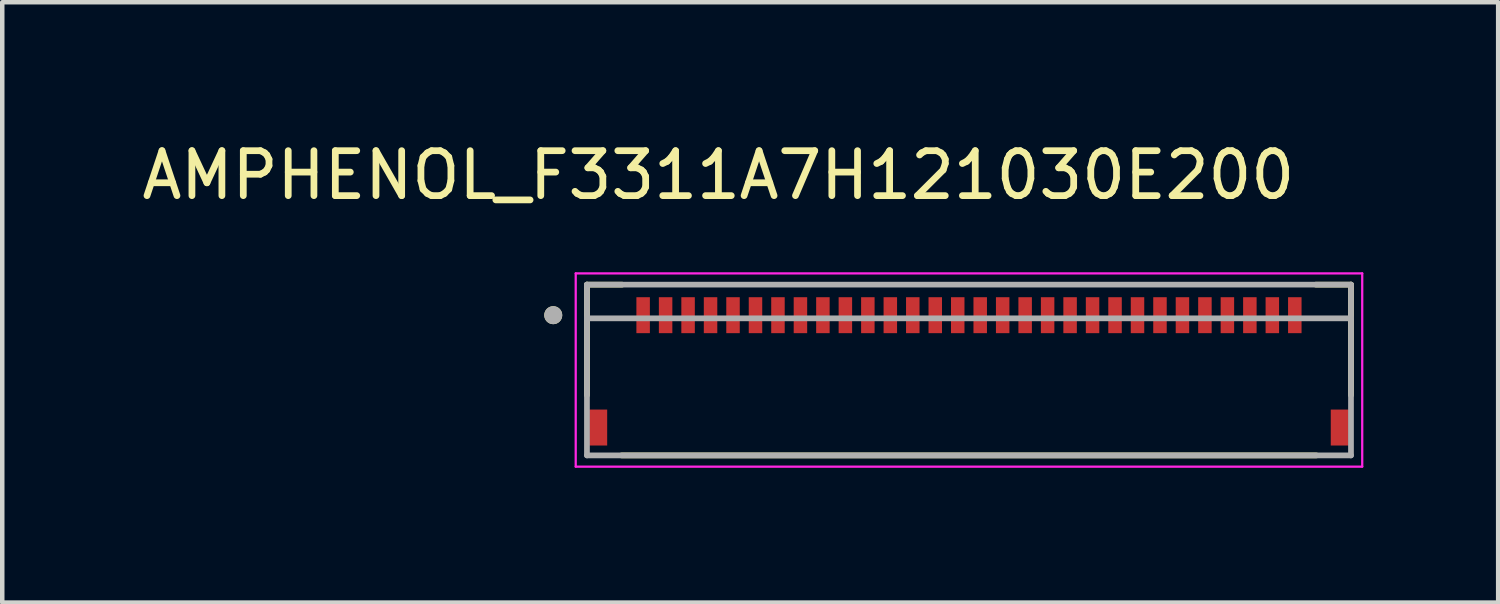
<source format=kicad_pcb>
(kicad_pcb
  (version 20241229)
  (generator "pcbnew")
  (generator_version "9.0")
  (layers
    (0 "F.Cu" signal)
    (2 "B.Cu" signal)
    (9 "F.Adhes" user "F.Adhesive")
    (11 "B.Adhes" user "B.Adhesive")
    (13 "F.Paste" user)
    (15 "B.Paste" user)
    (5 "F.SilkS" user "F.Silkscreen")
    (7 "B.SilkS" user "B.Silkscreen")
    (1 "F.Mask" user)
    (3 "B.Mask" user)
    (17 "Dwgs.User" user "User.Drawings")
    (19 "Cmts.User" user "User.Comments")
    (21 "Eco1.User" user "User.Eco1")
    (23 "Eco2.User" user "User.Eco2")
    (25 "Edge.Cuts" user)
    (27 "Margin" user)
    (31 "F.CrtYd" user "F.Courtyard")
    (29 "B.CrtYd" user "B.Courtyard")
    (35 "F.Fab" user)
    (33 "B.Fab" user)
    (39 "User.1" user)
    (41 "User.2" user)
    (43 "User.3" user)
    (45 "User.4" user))
  (footprint "AMPHENOL_F3311A7H121030E200"
    (layer "F.Cu")
    (at 18.51 5.183)
    (property "Reference" "AMPHENOL_F3311A7H121030E200" (at -5.575 -4.335 0) (layer "F.SilkS") (effects (font (size 1 1) (thickness 0.15))))
    (attr smd)
    (fp_line (start -8.5 -1.9) (end -8.5 0.56) (stroke (width 0.127) (type solid)) (layer "F.SilkS"))
    (fp_line (start -8.5 -1.9) (end -7.72 -1.9) (stroke (width 0.127) (type solid)) (layer "F.SilkS"))
    (fp_line (start -7.73 1.9) (end 7.73 1.9) (stroke (width 0.127) (type solid)) (layer "F.SilkS"))
    (fp_line (start 7.72 -1.9) (end 8.5 -1.9) (stroke (width 0.127) (type solid)) (layer "F.SilkS"))
    (fp_line (start 8.5 0.56) (end 8.5 -1.9) (stroke (width 0.127) (type solid)) (layer "F.SilkS"))
    (fp_circle (center -9.25 -1.22) (end -9.15 -1.22) (stroke (width 0.2) (type solid)) (fill no) (layer "F.SilkS"))
    (fp_line (start -8.75 -2.15) (end -8.75 2.15) (stroke (width 0.05) (type solid)) (layer "F.CrtYd"))
    (fp_line (start -8.75 2.15) (end 8.75 2.15) (stroke (width 0.05) (type solid)) (layer "F.CrtYd"))
    (fp_line (start 8.75 -2.15) (end -8.75 -2.15) (stroke (width 0.05) (type solid)) (layer "F.CrtYd"))
    (fp_line (start 8.75 2.15) (end 8.75 -2.15) (stroke (width 0.05) (type solid)) (layer "F.CrtYd"))
    (fp_line (start -8.5 -1.9) (end 8.5 -1.9) (stroke (width 0.127) (type solid)) (layer "F.Fab"))
    (fp_line (start -8.5 -1.15) (end -8.5 -1.9) (stroke (width 0.127) (type solid)) (layer "F.Fab"))
    (fp_line (start -8.5 -1.15) (end -8.5 1.9) (stroke (width 0.127) (type solid)) (layer "F.Fab"))
    (fp_line (start -8.5 1.9) (end 8.5 1.9) (stroke (width 0.127) (type solid)) (layer "F.Fab"))
    (fp_line (start 8.5 -1.9) (end 8.5 -1.15) (stroke (width 0.127) (type solid)) (layer "F.Fab"))
    (fp_line (start 8.5 -1.15) (end -8.5 -1.15) (stroke (width 0.127) (type solid)) (layer "F.Fab"))
    (fp_line (start 8.5 1.9) (end 8.5 -1.15) (stroke (width 0.127) (type solid)) (layer "F.Fab"))
    (fp_circle (center -9.25 -1.22) (end -9.15 -1.22) (stroke (width 0.2) (type solid)) (fill no) (layer "F.Fab"))
    (pad "1" smd rect (at -7.25 -1.22) (size 0.3 0.8) (layers "F.Cu" "F.Mask" "F.Paste"))
    (pad "2" smd rect (at -6.75 -1.22) (size 0.3 0.8) (layers "F.Cu" "F.Mask" "F.Paste"))
    (pad "3" smd rect (at -6.25 -1.22) (size 0.3 0.8) (layers "F.Cu" "F.Mask" "F.Paste"))
    (pad "4" smd rect (at -5.75 -1.22) (size 0.3 0.8) (layers "F.Cu" "F.Mask" "F.Paste"))
    (pad "5" smd rect (at -5.25 -1.22) (size 0.3 0.8) (layers "F.Cu" "F.Mask" "F.Paste"))
    (pad "6" smd rect (at -4.75 -1.22) (size 0.3 0.8) (layers "F.Cu" "F.Mask" "F.Paste"))
    (pad "7" smd rect (at -4.25 -1.22) (size 0.3 0.8) (layers "F.Cu" "F.Mask" "F.Paste"))
    (pad "8" smd rect (at -3.75 -1.22) (size 0.3 0.8) (layers "F.Cu" "F.Mask" "F.Paste"))
    (pad "9" smd rect (at -3.25 -1.22) (size 0.3 0.8) (layers "F.Cu" "F.Mask" "F.Paste"))
    (pad "10" smd rect (at -2.75 -1.22) (size 0.3 0.8) (layers "F.Cu" "F.Mask" "F.Paste"))
    (pad "11" smd rect (at -2.25 -1.22) (size 0.3 0.8) (layers "F.Cu" "F.Mask" "F.Paste"))
    (pad "12" smd rect (at -1.75 -1.22) (size 0.3 0.8) (layers "F.Cu" "F.Mask" "F.Paste"))
    (pad "13" smd rect (at -1.25 -1.22) (size 0.3 0.8) (layers "F.Cu" "F.Mask" "F.Paste"))
    (pad "14" smd rect (at -0.75 -1.22) (size 0.3 0.8) (layers "F.Cu" "F.Mask" "F.Paste"))
    (pad "15" smd rect (at -0.25 -1.22) (size 0.3 0.8) (layers "F.Cu" "F.Mask" "F.Paste"))
    (pad "16" smd rect (at 0.25 -1.22) (size 0.3 0.8) (layers "F.Cu" "F.Mask" "F.Paste"))
    (pad "17" smd rect (at 0.75 -1.22) (size 0.3 0.8) (layers "F.Cu" "F.Mask" "F.Paste"))
    (pad "18" smd rect (at 1.25 -1.22) (size 0.3 0.8) (layers "F.Cu" "F.Mask" "F.Paste"))
    (pad "19" smd rect (at 1.75 -1.22) (size 0.3 0.8) (layers "F.Cu" "F.Mask" "F.Paste"))
    (pad "20" smd rect (at 2.25 -1.22) (size 0.3 0.8) (layers "F.Cu" "F.Mask" "F.Paste"))
    (pad "21" smd rect (at 2.75 -1.22) (size 0.3 0.8) (layers "F.Cu" "F.Mask" "F.Paste"))
    (pad "22" smd rect (at 3.25 -1.22) (size 0.3 0.8) (layers "F.Cu" "F.Mask" "F.Paste"))
    (pad "23" smd rect (at 3.75 -1.22) (size 0.3 0.8) (layers "F.Cu" "F.Mask" "F.Paste"))
    (pad "24" smd rect (at 4.25 -1.22) (size 0.3 0.8) (layers "F.Cu" "F.Mask" "F.Paste"))
    (pad "25" smd rect (at 4.75 -1.22) (size 0.3 0.8) (layers "F.Cu" "F.Mask" "F.Paste"))
    (pad "26" smd rect (at 5.25 -1.22) (size 0.3 0.8) (layers "F.Cu" "F.Mask" "F.Paste"))
    (pad "27" smd rect (at 5.75 -1.22) (size 0.3 0.8) (layers "F.Cu" "F.Mask" "F.Paste"))
    (pad "28" smd rect (at 6.25 -1.22) (size 0.3 0.8) (layers "F.Cu" "F.Mask" "F.Paste"))
    (pad "29" smd rect (at 6.75 -1.22) (size 0.3 0.8) (layers "F.Cu" "F.Mask" "F.Paste"))
    (pad "30" smd rect (at 7.25 -1.22) (size 0.3 0.8) (layers "F.Cu" "F.Mask" "F.Paste"))
    (pad "SH1" smd rect (at -8.25 1.28) (size 0.4 0.8) (layers "F.Cu" "F.Mask" "F.Paste"))
    (pad "SH2" smd rect (at 8.25 1.28) (size 0.4 0.8) (layers "F.Cu" "F.Mask" "F.Paste")))
  (gr_rect
    (start -3 -3)
    (end 30.285 10.358)
    (stroke (width 0.1) (type default))
    (fill no)
    (layer "Edge.Cuts")))
</source>
